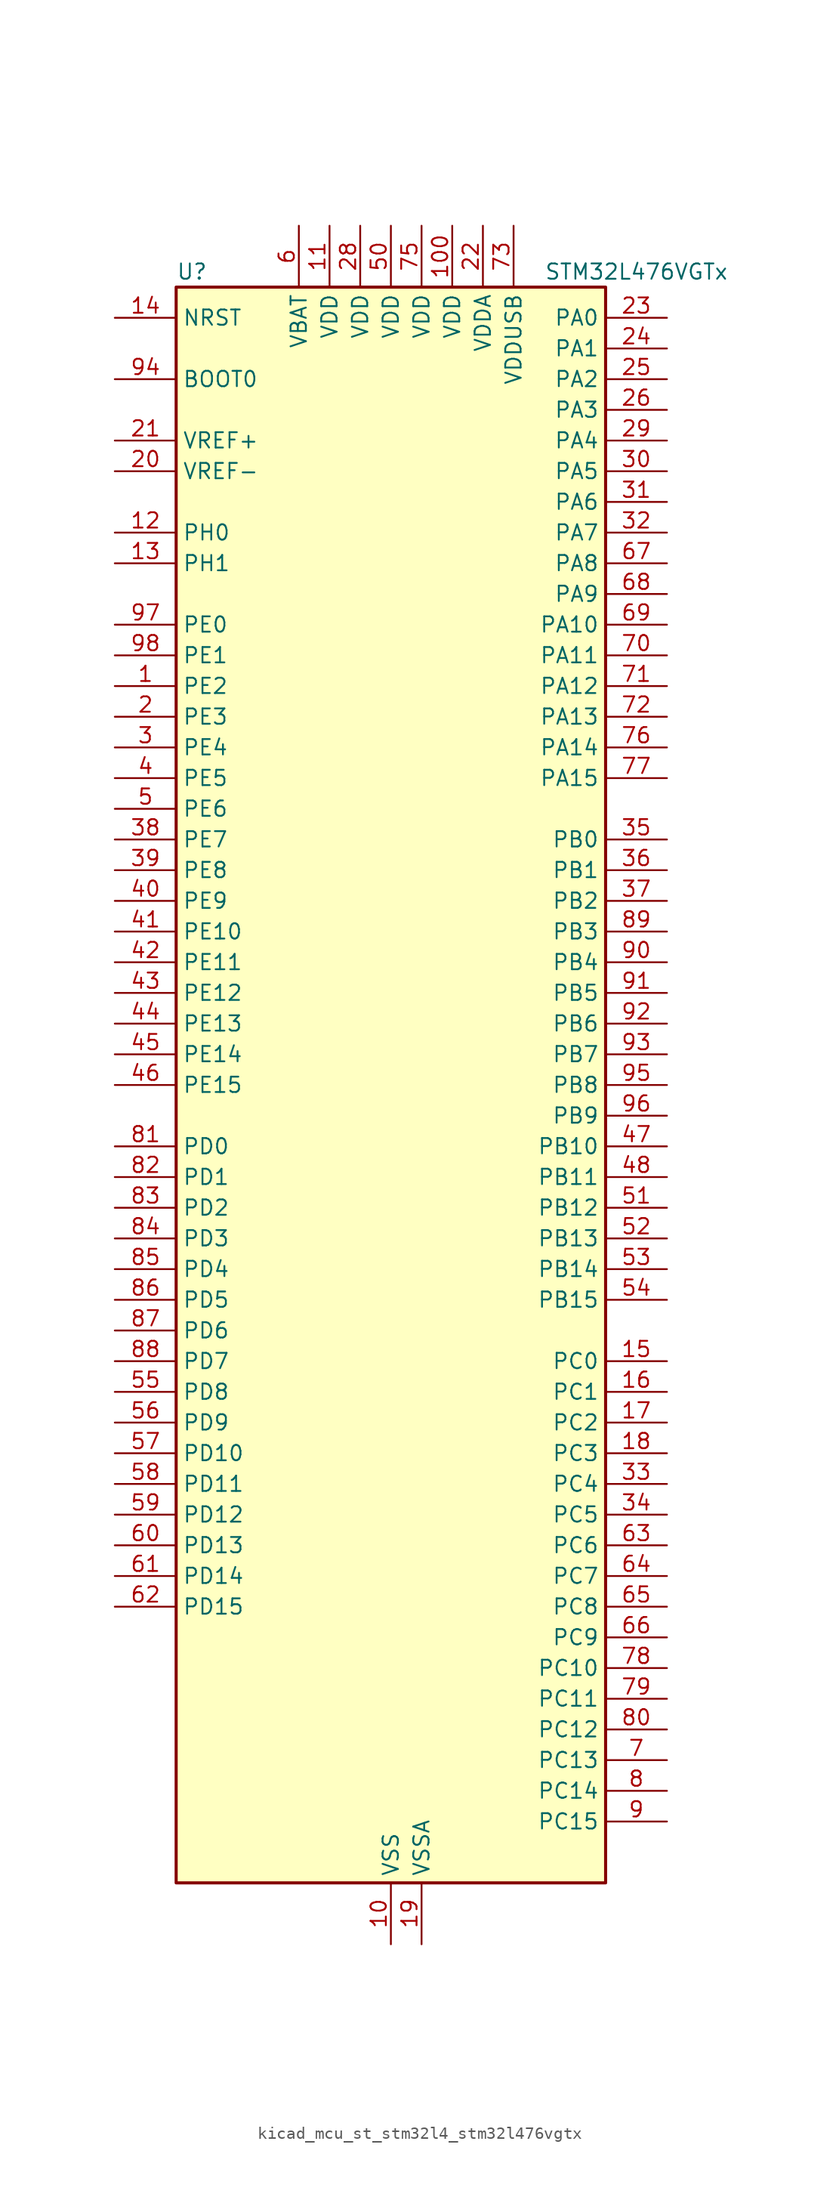
<source format=kicad_sym>
(kicad_symbol_lib
  (version 20220914)
  (generator kicad_symbol_editor)
  (symbol "kicad_mcu_st_stm32l4_stm32l476vgtx"
    (property "Reference" "U"
      (at -17.78 67.31 0)
      (effects (font (size 1.27 1.27)) (justify left)))
    (property "Value" "STM32L476VGTx"
      (at 12.7 67.31 0)
      (effects (font (size 1.27 1.27)) (justify left)))
    (property "ki_locked" ""
      (at 0 0 0)
      (effects (font (size 1.27 1.27))))
    (symbol "kicad_mcu_st_stm32l4_stm32l476vgtx_0_1"
      (rectangle (start -17.78 -66.04) (end 17.78 66.04) (stroke (width 0.254) (type default)) (fill (type background))))
    (symbol "kicad_mcu_st_stm32l4_stm32l476vgtx_1_1"
      (pin bidirectional line (at -22.86 33.02 0) (length 5.08) (name "PE2" (effects (font (size 1.27 1.27)))) (number "1" (effects (font (size 1.27 1.27)))) (alternate "FMC_A23" bidirectional line) (alternate "LCD_SEG38" bidirectional line) (alternate "SAI1_MCLK_A" bidirectional line) (alternate "SYS_TRACECLK" bidirectional line) (alternate "TIM3_ETR" bidirectional line) (alternate "TSC_G7_IO1" bidirectional line))
      (pin power_in line (at 0 -71.12 90) (length 5.08) (name "VSS" (effects (font (size 1.27 1.27)))) (number "10" (effects (font (size 1.27 1.27)))))
      (pin power_in line (at 5.08 71.12 270) (length 5.08) (name "VDD" (effects (font (size 1.27 1.27)))) (number "100" (effects (font (size 1.27 1.27)))))
      (pin power_in line (at -5.08 71.12 270) (length 5.08) (name "VDD" (effects (font (size 1.27 1.27)))) (number "11" (effects (font (size 1.27 1.27)))))
      (pin bidirectional line (at -22.86 45.72 0) (length 5.08) (name "PH0" (effects (font (size 1.27 1.27)))) (number "12" (effects (font (size 1.27 1.27)))) (alternate "RCC_OSC_IN" bidirectional line))
      (pin bidirectional line (at -22.86 43.18 0) (length 5.08) (name "PH1" (effects (font (size 1.27 1.27)))) (number "13" (effects (font (size 1.27 1.27)))) (alternate "RCC_OSC_OUT" bidirectional line))
      (pin input line (at -22.86 63.5 0) (length 5.08) (name "NRST" (effects (font (size 1.27 1.27)))) (number "14" (effects (font (size 1.27 1.27)))))
      (pin bidirectional line (at 22.86 -22.86 180) (length 5.08) (name "PC0" (effects (font (size 1.27 1.27)))) (number "15" (effects (font (size 1.27 1.27)))) (alternate "ADC1_IN1" bidirectional line) (alternate "ADC2_IN1" bidirectional line) (alternate "ADC3_IN1" bidirectional line) (alternate "DFSDM1_DATIN4" bidirectional line) (alternate "I2C3_SCL" bidirectional line) (alternate "LCD_SEG18" bidirectional line) (alternate "LPTIM1_IN1" bidirectional line) (alternate "LPTIM2_IN1" bidirectional line) (alternate "LPUART1_RX" bidirectional line))
      (pin bidirectional line (at 22.86 -25.4 180) (length 5.08) (name "PC1" (effects (font (size 1.27 1.27)))) (number "16" (effects (font (size 1.27 1.27)))) (alternate "ADC1_IN2" bidirectional line) (alternate "ADC2_IN2" bidirectional line) (alternate "ADC3_IN2" bidirectional line) (alternate "DFSDM1_CKIN4" bidirectional line) (alternate "I2C3_SDA" bidirectional line) (alternate "LCD_SEG19" bidirectional line) (alternate "LPTIM1_OUT" bidirectional line) (alternate "LPUART1_TX" bidirectional line))
      (pin bidirectional line (at 22.86 -27.94 180) (length 5.08) (name "PC2" (effects (font (size 1.27 1.27)))) (number "17" (effects (font (size 1.27 1.27)))) (alternate "ADC1_IN3" bidirectional line) (alternate "ADC2_IN3" bidirectional line) (alternate "ADC3_IN3" bidirectional line) (alternate "DFSDM1_CKOUT" bidirectional line) (alternate "LCD_SEG20" bidirectional line) (alternate "LPTIM1_IN2" bidirectional line) (alternate "SPI2_MISO" bidirectional line))
      (pin bidirectional line (at 22.86 -30.48 180) (length 5.08) (name "PC3" (effects (font (size 1.27 1.27)))) (number "18" (effects (font (size 1.27 1.27)))) (alternate "ADC1_IN4" bidirectional line) (alternate "ADC2_IN4" bidirectional line) (alternate "ADC3_IN4" bidirectional line) (alternate "LCD_VLCD" bidirectional line) (alternate "LPTIM1_ETR" bidirectional line) (alternate "LPTIM2_ETR" bidirectional line) (alternate "SAI1_SD_A" bidirectional line) (alternate "SPI2_MOSI" bidirectional line))
      (pin power_in line (at 2.54 -71.12 90) (length 5.08) (name "VSSA" (effects (font (size 1.27 1.27)))) (number "19" (effects (font (size 1.27 1.27)))))
      (pin bidirectional line (at -22.86 30.48 0) (length 5.08) (name "PE3" (effects (font (size 1.27 1.27)))) (number "2" (effects (font (size 1.27 1.27)))) (alternate "FMC_A19" bidirectional line) (alternate "LCD_SEG39" bidirectional line) (alternate "SAI1_SD_B" bidirectional line) (alternate "SYS_TRACED0" bidirectional line) (alternate "TIM3_CH1" bidirectional line) (alternate "TSC_G7_IO2" bidirectional line))
      (pin input line (at -22.86 50.8 0) (length 5.08) (name "VREF-" (effects (font (size 1.27 1.27)))) (number "20" (effects (font (size 1.27 1.27)))))
      (pin input line (at -22.86 53.34 0) (length 5.08) (name "VREF+" (effects (font (size 1.27 1.27)))) (number "21" (effects (font (size 1.27 1.27)))) (alternate "VREFBUF_OUT" bidirectional line))
      (pin power_in line (at 7.62 71.12 270) (length 5.08) (name "VDDA" (effects (font (size 1.27 1.27)))) (number "22" (effects (font (size 1.27 1.27)))))
      (pin bidirectional line (at 22.86 63.5 180) (length 5.08) (name "PA0" (effects (font (size 1.27 1.27)))) (number "23" (effects (font (size 1.27 1.27)))) (alternate "ADC1_IN5" bidirectional line) (alternate "ADC2_IN5" bidirectional line) (alternate "OPAMP1_VINP" bidirectional line) (alternate "RTC_TAMP2" bidirectional line) (alternate "SAI1_EXTCLK" bidirectional line) (alternate "SYS_WKUP1" bidirectional line) (alternate "TIM2_CH1" bidirectional line) (alternate "TIM2_ETR" bidirectional line) (alternate "TIM5_CH1" bidirectional line) (alternate "TIM8_ETR" bidirectional line) (alternate "UART4_TX" bidirectional line) (alternate "USART2_CTS" bidirectional line))
      (pin bidirectional line (at 22.86 60.96 180) (length 5.08) (name "PA1" (effects (font (size 1.27 1.27)))) (number "24" (effects (font (size 1.27 1.27)))) (alternate "ADC1_IN6" bidirectional line) (alternate "ADC2_IN6" bidirectional line) (alternate "LCD_SEG0" bidirectional line) (alternate "OPAMP1_VINM" bidirectional line) (alternate "TIM15_CH1N" bidirectional line) (alternate "TIM2_CH2" bidirectional line) (alternate "TIM5_CH2" bidirectional line) (alternate "UART4_RX" bidirectional line) (alternate "USART2_DE" bidirectional line) (alternate "USART2_RTS" bidirectional line))
      (pin bidirectional line (at 22.86 58.42 180) (length 5.08) (name "PA2" (effects (font (size 1.27 1.27)))) (number "25" (effects (font (size 1.27 1.27)))) (alternate "ADC1_IN7" bidirectional line) (alternate "ADC2_IN7" bidirectional line) (alternate "LCD_SEG1" bidirectional line) (alternate "RCC_LSCO" bidirectional line) (alternate "SAI2_EXTCLK" bidirectional line) (alternate "SYS_WKUP4" bidirectional line) (alternate "TIM15_CH1" bidirectional line) (alternate "TIM2_CH3" bidirectional line) (alternate "TIM5_CH3" bidirectional line) (alternate "USART2_TX" bidirectional line))
      (pin bidirectional line (at 22.86 55.88 180) (length 5.08) (name "PA3" (effects (font (size 1.27 1.27)))) (number "26" (effects (font (size 1.27 1.27)))) (alternate "ADC1_IN8" bidirectional line) (alternate "ADC2_IN8" bidirectional line) (alternate "LCD_SEG2" bidirectional line) (alternate "OPAMP1_VOUT" bidirectional line) (alternate "TIM15_CH2" bidirectional line) (alternate "TIM2_CH4" bidirectional line) (alternate "TIM5_CH4" bidirectional line) (alternate "USART2_RX" bidirectional line))
      (pin passive line (at 0 -71.12 90) (length 5.08) hide (name "VSS" (effects (font (size 1.27 1.27)))) (number "27" (effects (font (size 1.27 1.27)))))
      (pin power_in line (at -2.54 71.12 270) (length 5.08) (name "VDD" (effects (font (size 1.27 1.27)))) (number "28" (effects (font (size 1.27 1.27)))))
      (pin bidirectional line (at 22.86 53.34 180) (length 5.08) (name "PA4" (effects (font (size 1.27 1.27)))) (number "29" (effects (font (size 1.27 1.27)))) (alternate "ADC1_IN9" bidirectional line) (alternate "ADC2_IN9" bidirectional line) (alternate "DAC1_OUT1" bidirectional line) (alternate "LPTIM2_OUT" bidirectional line) (alternate "SAI1_FS_B" bidirectional line) (alternate "SPI1_NSS" bidirectional line) (alternate "SPI3_NSS" bidirectional line) (alternate "USART2_CK" bidirectional line))
      (pin bidirectional line (at -22.86 27.94 0) (length 5.08) (name "PE4" (effects (font (size 1.27 1.27)))) (number "3" (effects (font (size 1.27 1.27)))) (alternate "DFSDM1_DATIN3" bidirectional line) (alternate "FMC_A20" bidirectional line) (alternate "SAI1_FS_A" bidirectional line) (alternate "SYS_TRACED1" bidirectional line) (alternate "TIM3_CH2" bidirectional line) (alternate "TSC_G7_IO3" bidirectional line))
      (pin bidirectional line (at 22.86 50.8 180) (length 5.08) (name "PA5" (effects (font (size 1.27 1.27)))) (number "30" (effects (font (size 1.27 1.27)))) (alternate "ADC1_IN10" bidirectional line) (alternate "ADC2_IN10" bidirectional line) (alternate "DAC1_OUT2" bidirectional line) (alternate "LPTIM2_ETR" bidirectional line) (alternate "SPI1_SCK" bidirectional line) (alternate "TIM2_CH1" bidirectional line) (alternate "TIM2_ETR" bidirectional line) (alternate "TIM8_CH1N" bidirectional line))
      (pin bidirectional line (at 22.86 48.26 180) (length 5.08) (name "PA6" (effects (font (size 1.27 1.27)))) (number "31" (effects (font (size 1.27 1.27)))) (alternate "ADC1_IN11" bidirectional line) (alternate "ADC2_IN11" bidirectional line) (alternate "LCD_SEG3" bidirectional line) (alternate "OPAMP2_VINP" bidirectional line) (alternate "QUADSPI_BK1_IO3" bidirectional line) (alternate "SPI1_MISO" bidirectional line) (alternate "TIM16_CH1" bidirectional line) (alternate "TIM1_BKIN" bidirectional line) (alternate "TIM1_BKIN_COMP2" bidirectional line) (alternate "TIM3_CH1" bidirectional line) (alternate "TIM8_BKIN" bidirectional line) (alternate "TIM8_BKIN_COMP2" bidirectional line) (alternate "USART3_CTS" bidirectional line))
      (pin bidirectional line (at 22.86 45.72 180) (length 5.08) (name "PA7" (effects (font (size 1.27 1.27)))) (number "32" (effects (font (size 1.27 1.27)))) (alternate "ADC1_IN12" bidirectional line) (alternate "ADC2_IN12" bidirectional line) (alternate "LCD_SEG4" bidirectional line) (alternate "OPAMP2_VINM" bidirectional line) (alternate "QUADSPI_BK1_IO2" bidirectional line) (alternate "SPI1_MOSI" bidirectional line) (alternate "TIM17_CH1" bidirectional line) (alternate "TIM1_CH1N" bidirectional line) (alternate "TIM3_CH2" bidirectional line) (alternate "TIM8_CH1N" bidirectional line))
      (pin bidirectional line (at 22.86 -33.02 180) (length 5.08) (name "PC4" (effects (font (size 1.27 1.27)))) (number "33" (effects (font (size 1.27 1.27)))) (alternate "ADC1_IN13" bidirectional line) (alternate "ADC2_IN13" bidirectional line) (alternate "COMP1_INM" bidirectional line) (alternate "LCD_SEG22" bidirectional line) (alternate "USART3_TX" bidirectional line))
      (pin bidirectional line (at 22.86 -35.56 180) (length 5.08) (name "PC5" (effects (font (size 1.27 1.27)))) (number "34" (effects (font (size 1.27 1.27)))) (alternate "ADC1_IN14" bidirectional line) (alternate "ADC2_IN14" bidirectional line) (alternate "COMP1_INP" bidirectional line) (alternate "LCD_SEG23" bidirectional line) (alternate "SYS_WKUP5" bidirectional line) (alternate "USART3_RX" bidirectional line))
      (pin bidirectional line (at 22.86 20.32 180) (length 5.08) (name "PB0" (effects (font (size 1.27 1.27)))) (number "35" (effects (font (size 1.27 1.27)))) (alternate "ADC1_IN15" bidirectional line) (alternate "ADC2_IN15" bidirectional line) (alternate "COMP1_OUT" bidirectional line) (alternate "LCD_SEG5" bidirectional line) (alternate "OPAMP2_VOUT" bidirectional line) (alternate "QUADSPI_BK1_IO1" bidirectional line) (alternate "TIM1_CH2N" bidirectional line) (alternate "TIM3_CH3" bidirectional line) (alternate "TIM8_CH2N" bidirectional line) (alternate "USART3_CK" bidirectional line))
      (pin bidirectional line (at 22.86 17.78 180) (length 5.08) (name "PB1" (effects (font (size 1.27 1.27)))) (number "36" (effects (font (size 1.27 1.27)))) (alternate "ADC1_IN16" bidirectional line) (alternate "ADC2_IN16" bidirectional line) (alternate "COMP1_INM" bidirectional line) (alternate "DFSDM1_DATIN0" bidirectional line) (alternate "LCD_SEG6" bidirectional line) (alternate "LPTIM2_IN1" bidirectional line) (alternate "QUADSPI_BK1_IO0" bidirectional line) (alternate "TIM1_CH3N" bidirectional line) (alternate "TIM3_CH4" bidirectional line) (alternate "TIM8_CH3N" bidirectional line) (alternate "USART3_DE" bidirectional line) (alternate "USART3_RTS" bidirectional line))
      (pin bidirectional line (at 22.86 15.24 180) (length 5.08) (name "PB2" (effects (font (size 1.27 1.27)))) (number "37" (effects (font (size 1.27 1.27)))) (alternate "COMP1_INP" bidirectional line) (alternate "DFSDM1_CKIN0" bidirectional line) (alternate "I2C3_SMBA" bidirectional line) (alternate "LPTIM1_OUT" bidirectional line) (alternate "RTC_OUT_ALARM" bidirectional line) (alternate "RTC_OUT_CALIB" bidirectional line))
      (pin bidirectional line (at -22.86 20.32 0) (length 5.08) (name "PE7" (effects (font (size 1.27 1.27)))) (number "38" (effects (font (size 1.27 1.27)))) (alternate "DFSDM1_DATIN2" bidirectional line) (alternate "FMC_D4" bidirectional line) (alternate "FMC_DA4" bidirectional line) (alternate "SAI1_SD_B" bidirectional line) (alternate "TIM1_ETR" bidirectional line))
      (pin bidirectional line (at -22.86 17.78 0) (length 5.08) (name "PE8" (effects (font (size 1.27 1.27)))) (number "39" (effects (font (size 1.27 1.27)))) (alternate "DFSDM1_CKIN2" bidirectional line) (alternate "FMC_D5" bidirectional line) (alternate "FMC_DA5" bidirectional line) (alternate "SAI1_SCK_B" bidirectional line) (alternate "TIM1_CH1N" bidirectional line))
      (pin bidirectional line (at -22.86 25.4 0) (length 5.08) (name "PE5" (effects (font (size 1.27 1.27)))) (number "4" (effects (font (size 1.27 1.27)))) (alternate "DFSDM1_CKIN3" bidirectional line) (alternate "FMC_A21" bidirectional line) (alternate "SAI1_SCK_A" bidirectional line) (alternate "SYS_TRACED2" bidirectional line) (alternate "TIM3_CH3" bidirectional line) (alternate "TSC_G7_IO4" bidirectional line))
      (pin bidirectional line (at -22.86 15.24 0) (length 5.08) (name "PE9" (effects (font (size 1.27 1.27)))) (number "40" (effects (font (size 1.27 1.27)))) (alternate "DAC1_EXTI9" bidirectional line) (alternate "DFSDM1_CKOUT" bidirectional line) (alternate "FMC_D6" bidirectional line) (alternate "FMC_DA6" bidirectional line) (alternate "SAI1_FS_B" bidirectional line) (alternate "TIM1_CH1" bidirectional line))
      (pin bidirectional line (at -22.86 12.7 0) (length 5.08) (name "PE10" (effects (font (size 1.27 1.27)))) (number "41" (effects (font (size 1.27 1.27)))) (alternate "DFSDM1_DATIN4" bidirectional line) (alternate "FMC_D7" bidirectional line) (alternate "FMC_DA7" bidirectional line) (alternate "QUADSPI_CLK" bidirectional line) (alternate "SAI1_MCLK_B" bidirectional line) (alternate "TIM1_CH2N" bidirectional line) (alternate "TSC_G5_IO1" bidirectional line))
      (pin bidirectional line (at -22.86 10.16 0) (length 5.08) (name "PE11" (effects (font (size 1.27 1.27)))) (number "42" (effects (font (size 1.27 1.27)))) (alternate "ADC1_EXTI11" bidirectional line) (alternate "ADC2_EXTI11" bidirectional line) (alternate "ADC3_EXTI11" bidirectional line) (alternate "DFSDM1_CKIN4" bidirectional line) (alternate "FMC_D8" bidirectional line) (alternate "FMC_DA8" bidirectional line) (alternate "QUADSPI_NCS" bidirectional line) (alternate "TIM1_CH2" bidirectional line) (alternate "TSC_G5_IO2" bidirectional line))
      (pin bidirectional line (at -22.86 7.62 0) (length 5.08) (name "PE12" (effects (font (size 1.27 1.27)))) (number "43" (effects (font (size 1.27 1.27)))) (alternate "DFSDM1_DATIN5" bidirectional line) (alternate "FMC_D9" bidirectional line) (alternate "FMC_DA9" bidirectional line) (alternate "QUADSPI_BK1_IO0" bidirectional line) (alternate "SPI1_NSS" bidirectional line) (alternate "TIM1_CH3N" bidirectional line) (alternate "TSC_G5_IO3" bidirectional line))
      (pin bidirectional line (at -22.86 5.08 0) (length 5.08) (name "PE13" (effects (font (size 1.27 1.27)))) (number "44" (effects (font (size 1.27 1.27)))) (alternate "DFSDM1_CKIN5" bidirectional line) (alternate "FMC_D10" bidirectional line) (alternate "FMC_DA10" bidirectional line) (alternate "QUADSPI_BK1_IO1" bidirectional line) (alternate "SPI1_SCK" bidirectional line) (alternate "TIM1_CH3" bidirectional line) (alternate "TSC_G5_IO4" bidirectional line))
      (pin bidirectional line (at -22.86 2.54 0) (length 5.08) (name "PE14" (effects (font (size 1.27 1.27)))) (number "45" (effects (font (size 1.27 1.27)))) (alternate "FMC_D11" bidirectional line) (alternate "FMC_DA11" bidirectional line) (alternate "QUADSPI_BK1_IO2" bidirectional line) (alternate "SPI1_MISO" bidirectional line) (alternate "TIM1_BKIN2" bidirectional line) (alternate "TIM1_BKIN2_COMP2" bidirectional line) (alternate "TIM1_CH4" bidirectional line))
      (pin bidirectional line (at -22.86 0 0) (length 5.08) (name "PE15" (effects (font (size 1.27 1.27)))) (number "46" (effects (font (size 1.27 1.27)))) (alternate "ADC1_EXTI15" bidirectional line) (alternate "ADC2_EXTI15" bidirectional line) (alternate "ADC3_EXTI15" bidirectional line) (alternate "FMC_D12" bidirectional line) (alternate "FMC_DA12" bidirectional line) (alternate "QUADSPI_BK1_IO3" bidirectional line) (alternate "SPI1_MOSI" bidirectional line) (alternate "TIM1_BKIN" bidirectional line) (alternate "TIM1_BKIN_COMP1" bidirectional line))
      (pin bidirectional line (at 22.86 -5.08 180) (length 5.08) (name "PB10" (effects (font (size 1.27 1.27)))) (number "47" (effects (font (size 1.27 1.27)))) (alternate "COMP1_OUT" bidirectional line) (alternate "DFSDM1_DATIN7" bidirectional line) (alternate "I2C2_SCL" bidirectional line) (alternate "LCD_SEG10" bidirectional line) (alternate "LPUART1_RX" bidirectional line) (alternate "QUADSPI_CLK" bidirectional line) (alternate "SAI1_SCK_A" bidirectional line) (alternate "SPI2_SCK" bidirectional line) (alternate "TIM2_CH3" bidirectional line) (alternate "USART3_TX" bidirectional line))
      (pin bidirectional line (at 22.86 -7.62 180) (length 5.08) (name "PB11" (effects (font (size 1.27 1.27)))) (number "48" (effects (font (size 1.27 1.27)))) (alternate "ADC1_EXTI11" bidirectional line) (alternate "ADC2_EXTI11" bidirectional line) (alternate "ADC3_EXTI11" bidirectional line) (alternate "COMP2_OUT" bidirectional line) (alternate "DFSDM1_CKIN7" bidirectional line) (alternate "I2C2_SDA" bidirectional line) (alternate "LCD_SEG11" bidirectional line) (alternate "LPUART1_TX" bidirectional line) (alternate "QUADSPI_NCS" bidirectional line) (alternate "TIM2_CH4" bidirectional line) (alternate "USART3_RX" bidirectional line))
      (pin passive line (at 0 -71.12 90) (length 5.08) hide (name "VSS" (effects (font (size 1.27 1.27)))) (number "49" (effects (font (size 1.27 1.27)))))
      (pin bidirectional line (at -22.86 22.86 0) (length 5.08) (name "PE6" (effects (font (size 1.27 1.27)))) (number "5" (effects (font (size 1.27 1.27)))) (alternate "FMC_A22" bidirectional line) (alternate "RTC_TAMP3" bidirectional line) (alternate "SAI1_SD_A" bidirectional line) (alternate "SYS_TRACED3" bidirectional line) (alternate "SYS_WKUP3" bidirectional line) (alternate "TIM3_CH4" bidirectional line))
      (pin power_in line (at 0 71.12 270) (length 5.08) (name "VDD" (effects (font (size 1.27 1.27)))) (number "50" (effects (font (size 1.27 1.27)))))
      (pin bidirectional line (at 22.86 -10.16 180) (length 5.08) (name "PB12" (effects (font (size 1.27 1.27)))) (number "51" (effects (font (size 1.27 1.27)))) (alternate "DFSDM1_DATIN1" bidirectional line) (alternate "I2C2_SMBA" bidirectional line) (alternate "LCD_SEG12" bidirectional line) (alternate "LPUART1_DE" bidirectional line) (alternate "LPUART1_RTS" bidirectional line) (alternate "SAI2_FS_A" bidirectional line) (alternate "SPI2_NSS" bidirectional line) (alternate "SWPMI1_IO" bidirectional line) (alternate "TIM15_BKIN" bidirectional line) (alternate "TIM1_BKIN" bidirectional line) (alternate "TIM1_BKIN_COMP2" bidirectional line) (alternate "TSC_G1_IO1" bidirectional line) (alternate "USART3_CK" bidirectional line))
      (pin bidirectional line (at 22.86 -12.7 180) (length 5.08) (name "PB13" (effects (font (size 1.27 1.27)))) (number "52" (effects (font (size 1.27 1.27)))) (alternate "DFSDM1_CKIN1" bidirectional line) (alternate "I2C2_SCL" bidirectional line) (alternate "LCD_SEG13" bidirectional line) (alternate "LPUART1_CTS" bidirectional line) (alternate "SAI2_SCK_A" bidirectional line) (alternate "SPI2_SCK" bidirectional line) (alternate "SWPMI1_TX" bidirectional line) (alternate "TIM15_CH1N" bidirectional line) (alternate "TIM1_CH1N" bidirectional line) (alternate "TSC_G1_IO2" bidirectional line) (alternate "USART3_CTS" bidirectional line))
      (pin bidirectional line (at 22.86 -15.24 180) (length 5.08) (name "PB14" (effects (font (size 1.27 1.27)))) (number "53" (effects (font (size 1.27 1.27)))) (alternate "DFSDM1_DATIN2" bidirectional line) (alternate "I2C2_SDA" bidirectional line) (alternate "LCD_SEG14" bidirectional line) (alternate "SAI2_MCLK_A" bidirectional line) (alternate "SPI2_MISO" bidirectional line) (alternate "SWPMI1_RX" bidirectional line) (alternate "TIM15_CH1" bidirectional line) (alternate "TIM1_CH2N" bidirectional line) (alternate "TIM8_CH2N" bidirectional line) (alternate "TSC_G1_IO3" bidirectional line) (alternate "USART3_DE" bidirectional line) (alternate "USART3_RTS" bidirectional line))
      (pin bidirectional line (at 22.86 -17.78 180) (length 5.08) (name "PB15" (effects (font (size 1.27 1.27)))) (number "54" (effects (font (size 1.27 1.27)))) (alternate "ADC1_EXTI15" bidirectional line) (alternate "ADC2_EXTI15" bidirectional line) (alternate "ADC3_EXTI15" bidirectional line) (alternate "DFSDM1_CKIN2" bidirectional line) (alternate "LCD_SEG15" bidirectional line) (alternate "RTC_REFIN" bidirectional line) (alternate "SAI2_SD_A" bidirectional line) (alternate "SPI2_MOSI" bidirectional line) (alternate "SWPMI1_SUSPEND" bidirectional line) (alternate "TIM15_CH2" bidirectional line) (alternate "TIM1_CH3N" bidirectional line) (alternate "TIM8_CH3N" bidirectional line) (alternate "TSC_G1_IO4" bidirectional line))
      (pin bidirectional line (at -22.86 -25.4 0) (length 5.08) (name "PD8" (effects (font (size 1.27 1.27)))) (number "55" (effects (font (size 1.27 1.27)))) (alternate "FMC_D13" bidirectional line) (alternate "FMC_DA13" bidirectional line) (alternate "LCD_SEG28" bidirectional line) (alternate "USART3_TX" bidirectional line))
      (pin bidirectional line (at -22.86 -27.94 0) (length 5.08) (name "PD9" (effects (font (size 1.27 1.27)))) (number "56" (effects (font (size 1.27 1.27)))) (alternate "DAC1_EXTI9" bidirectional line) (alternate "FMC_D14" bidirectional line) (alternate "FMC_DA14" bidirectional line) (alternate "LCD_SEG29" bidirectional line) (alternate "SAI2_MCLK_A" bidirectional line) (alternate "USART3_RX" bidirectional line))
      (pin bidirectional line (at -22.86 -30.48 0) (length 5.08) (name "PD10" (effects (font (size 1.27 1.27)))) (number "57" (effects (font (size 1.27 1.27)))) (alternate "FMC_D15" bidirectional line) (alternate "FMC_DA15" bidirectional line) (alternate "LCD_SEG30" bidirectional line) (alternate "SAI2_SCK_A" bidirectional line) (alternate "TSC_G6_IO1" bidirectional line) (alternate "USART3_CK" bidirectional line))
      (pin bidirectional line (at -22.86 -33.02 0) (length 5.08) (name "PD11" (effects (font (size 1.27 1.27)))) (number "58" (effects (font (size 1.27 1.27)))) (alternate "ADC1_EXTI11" bidirectional line) (alternate "ADC2_EXTI11" bidirectional line) (alternate "ADC3_EXTI11" bidirectional line) (alternate "FMC_A16" bidirectional line) (alternate "FMC_CLE" bidirectional line) (alternate "LCD_SEG31" bidirectional line) (alternate "LPTIM2_ETR" bidirectional line) (alternate "SAI2_SD_A" bidirectional line) (alternate "TSC_G6_IO2" bidirectional line) (alternate "USART3_CTS" bidirectional line))
      (pin bidirectional line (at -22.86 -35.56 0) (length 5.08) (name "PD12" (effects (font (size 1.27 1.27)))) (number "59" (effects (font (size 1.27 1.27)))) (alternate "FMC_A17" bidirectional line) (alternate "FMC_ALE" bidirectional line) (alternate "LCD_SEG32" bidirectional line) (alternate "LPTIM2_IN1" bidirectional line) (alternate "SAI2_FS_A" bidirectional line) (alternate "TIM4_CH1" bidirectional line) (alternate "TSC_G6_IO3" bidirectional line) (alternate "USART3_DE" bidirectional line) (alternate "USART3_RTS" bidirectional line))
      (pin power_in line (at -7.62 71.12 270) (length 5.08) (name "VBAT" (effects (font (size 1.27 1.27)))) (number "6" (effects (font (size 1.27 1.27)))))
      (pin bidirectional line (at -22.86 -38.1 0) (length 5.08) (name "PD13" (effects (font (size 1.27 1.27)))) (number "60" (effects (font (size 1.27 1.27)))) (alternate "FMC_A18" bidirectional line) (alternate "LCD_SEG33" bidirectional line) (alternate "LPTIM2_OUT" bidirectional line) (alternate "TIM4_CH2" bidirectional line) (alternate "TSC_G6_IO4" bidirectional line))
      (pin bidirectional line (at -22.86 -40.64 0) (length 5.08) (name "PD14" (effects (font (size 1.27 1.27)))) (number "61" (effects (font (size 1.27 1.27)))) (alternate "FMC_D0" bidirectional line) (alternate "FMC_DA0" bidirectional line) (alternate "LCD_SEG34" bidirectional line) (alternate "TIM4_CH3" bidirectional line))
      (pin bidirectional line (at -22.86 -43.18 0) (length 5.08) (name "PD15" (effects (font (size 1.27 1.27)))) (number "62" (effects (font (size 1.27 1.27)))) (alternate "ADC1_EXTI15" bidirectional line) (alternate "ADC2_EXTI15" bidirectional line) (alternate "ADC3_EXTI15" bidirectional line) (alternate "FMC_D1" bidirectional line) (alternate "FMC_DA1" bidirectional line) (alternate "LCD_SEG35" bidirectional line) (alternate "TIM4_CH4" bidirectional line))
      (pin bidirectional line (at 22.86 -38.1 180) (length 5.08) (name "PC6" (effects (font (size 1.27 1.27)))) (number "63" (effects (font (size 1.27 1.27)))) (alternate "DFSDM1_CKIN3" bidirectional line) (alternate "LCD_SEG24" bidirectional line) (alternate "SAI2_MCLK_A" bidirectional line) (alternate "SDMMC1_D6" bidirectional line) (alternate "TIM3_CH1" bidirectional line) (alternate "TIM8_CH1" bidirectional line) (alternate "TSC_G4_IO1" bidirectional line))
      (pin bidirectional line (at 22.86 -40.64 180) (length 5.08) (name "PC7" (effects (font (size 1.27 1.27)))) (number "64" (effects (font (size 1.27 1.27)))) (alternate "DFSDM1_DATIN3" bidirectional line) (alternate "LCD_SEG25" bidirectional line) (alternate "SAI2_MCLK_B" bidirectional line) (alternate "SDMMC1_D7" bidirectional line) (alternate "TIM3_CH2" bidirectional line) (alternate "TIM8_CH2" bidirectional line) (alternate "TSC_G4_IO2" bidirectional line))
      (pin bidirectional line (at 22.86 -43.18 180) (length 5.08) (name "PC8" (effects (font (size 1.27 1.27)))) (number "65" (effects (font (size 1.27 1.27)))) (alternate "LCD_SEG26" bidirectional line) (alternate "SDMMC1_D0" bidirectional line) (alternate "TIM3_CH3" bidirectional line) (alternate "TIM8_CH3" bidirectional line) (alternate "TSC_G4_IO3" bidirectional line))
      (pin bidirectional line (at 22.86 -45.72 180) (length 5.08) (name "PC9" (effects (font (size 1.27 1.27)))) (number "66" (effects (font (size 1.27 1.27)))) (alternate "DAC1_EXTI9" bidirectional line) (alternate "LCD_SEG27" bidirectional line) (alternate "SAI2_EXTCLK" bidirectional line) (alternate "SDMMC1_D1" bidirectional line) (alternate "TIM3_CH4" bidirectional line) (alternate "TIM8_BKIN2" bidirectional line) (alternate "TIM8_BKIN2_COMP1" bidirectional line) (alternate "TIM8_CH4" bidirectional line) (alternate "TSC_G4_IO4" bidirectional line) (alternate "USB_OTG_FS_NOE" bidirectional line))
      (pin bidirectional line (at 22.86 43.18 180) (length 5.08) (name "PA8" (effects (font (size 1.27 1.27)))) (number "67" (effects (font (size 1.27 1.27)))) (alternate "LCD_COM0" bidirectional line) (alternate "LPTIM2_OUT" bidirectional line) (alternate "RCC_MCO" bidirectional line) (alternate "TIM1_CH1" bidirectional line) (alternate "USART1_CK" bidirectional line) (alternate "USB_OTG_FS_SOF" bidirectional line))
      (pin bidirectional line (at 22.86 40.64 180) (length 5.08) (name "PA9" (effects (font (size 1.27 1.27)))) (number "68" (effects (font (size 1.27 1.27)))) (alternate "DAC1_EXTI9" bidirectional line) (alternate "LCD_COM1" bidirectional line) (alternate "TIM15_BKIN" bidirectional line) (alternate "TIM1_CH2" bidirectional line) (alternate "USART1_TX" bidirectional line) (alternate "USB_OTG_FS_VBUS" bidirectional line))
      (pin bidirectional line (at 22.86 38.1 180) (length 5.08) (name "PA10" (effects (font (size 1.27 1.27)))) (number "69" (effects (font (size 1.27 1.27)))) (alternate "LCD_COM2" bidirectional line) (alternate "TIM17_BKIN" bidirectional line) (alternate "TIM1_CH3" bidirectional line) (alternate "USART1_RX" bidirectional line) (alternate "USB_OTG_FS_ID" bidirectional line))
      (pin bidirectional line (at 22.86 -55.88 180) (length 5.08) (name "PC13" (effects (font (size 1.27 1.27)))) (number "7" (effects (font (size 1.27 1.27)))) (alternate "RTC_OUT_ALARM" bidirectional line) (alternate "RTC_OUT_CALIB" bidirectional line) (alternate "RTC_TAMP1" bidirectional line) (alternate "RTC_TS" bidirectional line) (alternate "SYS_WKUP2" bidirectional line))
      (pin bidirectional line (at 22.86 35.56 180) (length 5.08) (name "PA11" (effects (font (size 1.27 1.27)))) (number "70" (effects (font (size 1.27 1.27)))) (alternate "ADC1_EXTI11" bidirectional line) (alternate "ADC2_EXTI11" bidirectional line) (alternate "ADC3_EXTI11" bidirectional line) (alternate "CAN1_RX" bidirectional line) (alternate "TIM1_BKIN2" bidirectional line) (alternate "TIM1_BKIN2_COMP1" bidirectional line) (alternate "TIM1_CH4" bidirectional line) (alternate "USART1_CTS" bidirectional line) (alternate "USB_OTG_FS_DM" bidirectional line))
      (pin bidirectional line (at 22.86 33.02 180) (length 5.08) (name "PA12" (effects (font (size 1.27 1.27)))) (number "71" (effects (font (size 1.27 1.27)))) (alternate "CAN1_TX" bidirectional line) (alternate "TIM1_ETR" bidirectional line) (alternate "USART1_DE" bidirectional line) (alternate "USART1_RTS" bidirectional line) (alternate "USB_OTG_FS_DP" bidirectional line))
      (pin bidirectional line (at 22.86 30.48 180) (length 5.08) (name "PA13" (effects (font (size 1.27 1.27)))) (number "72" (effects (font (size 1.27 1.27)))) (alternate "IR_OUT" bidirectional line) (alternate "SYS_JTMS-SWDIO" bidirectional line) (alternate "USB_OTG_FS_NOE" bidirectional line))
      (pin power_in line (at 10.16 71.12 270) (length 5.08) (name "VDDUSB" (effects (font (size 1.27 1.27)))) (number "73" (effects (font (size 1.27 1.27)))))
      (pin passive line (at 0 -71.12 90) (length 5.08) hide (name "VSS" (effects (font (size 1.27 1.27)))) (number "74" (effects (font (size 1.27 1.27)))))
      (pin power_in line (at 2.54 71.12 270) (length 5.08) (name "VDD" (effects (font (size 1.27 1.27)))) (number "75" (effects (font (size 1.27 1.27)))))
      (pin bidirectional line (at 22.86 27.94 180) (length 5.08) (name "PA14" (effects (font (size 1.27 1.27)))) (number "76" (effects (font (size 1.27 1.27)))) (alternate "SYS_JTCK-SWCLK" bidirectional line))
      (pin bidirectional line (at 22.86 25.4 180) (length 5.08) (name "PA15" (effects (font (size 1.27 1.27)))) (number "77" (effects (font (size 1.27 1.27)))) (alternate "ADC1_EXTI15" bidirectional line) (alternate "ADC2_EXTI15" bidirectional line) (alternate "ADC3_EXTI15" bidirectional line) (alternate "LCD_SEG17" bidirectional line) (alternate "SAI2_FS_B" bidirectional line) (alternate "SPI1_NSS" bidirectional line) (alternate "SPI3_NSS" bidirectional line) (alternate "SYS_JTDI" bidirectional line) (alternate "TIM2_CH1" bidirectional line) (alternate "TIM2_ETR" bidirectional line) (alternate "TSC_G3_IO1" bidirectional line) (alternate "UART4_DE" bidirectional line) (alternate "UART4_RTS" bidirectional line))
      (pin bidirectional line (at 22.86 -48.26 180) (length 5.08) (name "PC10" (effects (font (size 1.27 1.27)))) (number "78" (effects (font (size 1.27 1.27)))) (alternate "LCD_COM4" bidirectional line) (alternate "LCD_SEG28" bidirectional line) (alternate "LCD_SEG40" bidirectional line) (alternate "SAI2_SCK_B" bidirectional line) (alternate "SDMMC1_D2" bidirectional line) (alternate "SPI3_SCK" bidirectional line) (alternate "TSC_G3_IO2" bidirectional line) (alternate "UART4_TX" bidirectional line) (alternate "USART3_TX" bidirectional line))
      (pin bidirectional line (at 22.86 -50.8 180) (length 5.08) (name "PC11" (effects (font (size 1.27 1.27)))) (number "79" (effects (font (size 1.27 1.27)))) (alternate "ADC1_EXTI11" bidirectional line) (alternate "ADC2_EXTI11" bidirectional line) (alternate "ADC3_EXTI11" bidirectional line) (alternate "LCD_COM5" bidirectional line) (alternate "LCD_SEG29" bidirectional line) (alternate "LCD_SEG41" bidirectional line) (alternate "SAI2_MCLK_B" bidirectional line) (alternate "SDMMC1_D3" bidirectional line) (alternate "SPI3_MISO" bidirectional line) (alternate "TSC_G3_IO3" bidirectional line) (alternate "UART4_RX" bidirectional line) (alternate "USART3_RX" bidirectional line))
      (pin bidirectional line (at 22.86 -58.42 180) (length 5.08) (name "PC14" (effects (font (size 1.27 1.27)))) (number "8" (effects (font (size 1.27 1.27)))) (alternate "RCC_OSC32_IN" bidirectional line))
      (pin bidirectional line (at 22.86 -53.34 180) (length 5.08) (name "PC12" (effects (font (size 1.27 1.27)))) (number "80" (effects (font (size 1.27 1.27)))) (alternate "LCD_COM6" bidirectional line) (alternate "LCD_SEG30" bidirectional line) (alternate "LCD_SEG42" bidirectional line) (alternate "SAI2_SD_B" bidirectional line) (alternate "SDMMC1_CK" bidirectional line) (alternate "SPI3_MOSI" bidirectional line) (alternate "TSC_G3_IO4" bidirectional line) (alternate "UART5_TX" bidirectional line) (alternate "USART3_CK" bidirectional line))
      (pin bidirectional line (at -22.86 -5.08 0) (length 5.08) (name "PD0" (effects (font (size 1.27 1.27)))) (number "81" (effects (font (size 1.27 1.27)))) (alternate "CAN1_RX" bidirectional line) (alternate "DFSDM1_DATIN7" bidirectional line) (alternate "FMC_D2" bidirectional line) (alternate "FMC_DA2" bidirectional line) (alternate "SPI2_NSS" bidirectional line))
      (pin bidirectional line (at -22.86 -7.62 0) (length 5.08) (name "PD1" (effects (font (size 1.27 1.27)))) (number "82" (effects (font (size 1.27 1.27)))) (alternate "CAN1_TX" bidirectional line) (alternate "DFSDM1_CKIN7" bidirectional line) (alternate "FMC_D3" bidirectional line) (alternate "FMC_DA3" bidirectional line) (alternate "SPI2_SCK" bidirectional line))
      (pin bidirectional line (at -22.86 -10.16 0) (length 5.08) (name "PD2" (effects (font (size 1.27 1.27)))) (number "83" (effects (font (size 1.27 1.27)))) (alternate "LCD_COM7" bidirectional line) (alternate "LCD_SEG31" bidirectional line) (alternate "LCD_SEG43" bidirectional line) (alternate "SDMMC1_CMD" bidirectional line) (alternate "TIM3_ETR" bidirectional line) (alternate "TSC_SYNC" bidirectional line) (alternate "UART5_RX" bidirectional line) (alternate "USART3_DE" bidirectional line) (alternate "USART3_RTS" bidirectional line))
      (pin bidirectional line (at -22.86 -12.7 0) (length 5.08) (name "PD3" (effects (font (size 1.27 1.27)))) (number "84" (effects (font (size 1.27 1.27)))) (alternate "DFSDM1_DATIN0" bidirectional line) (alternate "FMC_CLK" bidirectional line) (alternate "SPI2_MISO" bidirectional line) (alternate "USART2_CTS" bidirectional line))
      (pin bidirectional line (at -22.86 -15.24 0) (length 5.08) (name "PD4" (effects (font (size 1.27 1.27)))) (number "85" (effects (font (size 1.27 1.27)))) (alternate "DFSDM1_CKIN0" bidirectional line) (alternate "FMC_NOE" bidirectional line) (alternate "SPI2_MOSI" bidirectional line) (alternate "USART2_DE" bidirectional line) (alternate "USART2_RTS" bidirectional line))
      (pin bidirectional line (at -22.86 -17.78 0) (length 5.08) (name "PD5" (effects (font (size 1.27 1.27)))) (number "86" (effects (font (size 1.27 1.27)))) (alternate "FMC_NWE" bidirectional line) (alternate "USART2_TX" bidirectional line))
      (pin bidirectional line (at -22.86 -20.32 0) (length 5.08) (name "PD6" (effects (font (size 1.27 1.27)))) (number "87" (effects (font (size 1.27 1.27)))) (alternate "DFSDM1_DATIN1" bidirectional line) (alternate "FMC_NWAIT" bidirectional line) (alternate "SAI1_SD_A" bidirectional line) (alternate "USART2_RX" bidirectional line))
      (pin bidirectional line (at -22.86 -22.86 0) (length 5.08) (name "PD7" (effects (font (size 1.27 1.27)))) (number "88" (effects (font (size 1.27 1.27)))) (alternate "DFSDM1_CKIN1" bidirectional line) (alternate "FMC_NE1" bidirectional line) (alternate "USART2_CK" bidirectional line))
      (pin bidirectional line (at 22.86 12.7 180) (length 5.08) (name "PB3" (effects (font (size 1.27 1.27)))) (number "89" (effects (font (size 1.27 1.27)))) (alternate "COMP2_INM" bidirectional line) (alternate "LCD_SEG7" bidirectional line) (alternate "SAI1_SCK_B" bidirectional line) (alternate "SPI1_SCK" bidirectional line) (alternate "SPI3_SCK" bidirectional line) (alternate "SYS_JTDO-SWO" bidirectional line) (alternate "TIM2_CH2" bidirectional line) (alternate "USART1_DE" bidirectional line) (alternate "USART1_RTS" bidirectional line))
      (pin bidirectional line (at 22.86 -60.96 180) (length 5.08) (name "PC15" (effects (font (size 1.27 1.27)))) (number "9" (effects (font (size 1.27 1.27)))) (alternate "ADC1_EXTI15" bidirectional line) (alternate "ADC2_EXTI15" bidirectional line) (alternate "ADC3_EXTI15" bidirectional line) (alternate "RCC_OSC32_OUT" bidirectional line))
      (pin bidirectional line (at 22.86 10.16 180) (length 5.08) (name "PB4" (effects (font (size 1.27 1.27)))) (number "90" (effects (font (size 1.27 1.27)))) (alternate "COMP2_INP" bidirectional line) (alternate "LCD_SEG8" bidirectional line) (alternate "SAI1_MCLK_B" bidirectional line) (alternate "SPI1_MISO" bidirectional line) (alternate "SPI3_MISO" bidirectional line) (alternate "SYS_JTRST" bidirectional line) (alternate "TIM17_BKIN" bidirectional line) (alternate "TIM3_CH1" bidirectional line) (alternate "TSC_G2_IO1" bidirectional line) (alternate "UART5_DE" bidirectional line) (alternate "UART5_RTS" bidirectional line) (alternate "USART1_CTS" bidirectional line))
      (pin bidirectional line (at 22.86 7.62 180) (length 5.08) (name "PB5" (effects (font (size 1.27 1.27)))) (number "91" (effects (font (size 1.27 1.27)))) (alternate "COMP2_OUT" bidirectional line) (alternate "I2C1_SMBA" bidirectional line) (alternate "LCD_SEG9" bidirectional line) (alternate "LPTIM1_IN1" bidirectional line) (alternate "SAI1_SD_B" bidirectional line) (alternate "SPI1_MOSI" bidirectional line) (alternate "SPI3_MOSI" bidirectional line) (alternate "TIM16_BKIN" bidirectional line) (alternate "TIM3_CH2" bidirectional line) (alternate "TSC_G2_IO2" bidirectional line) (alternate "UART5_CTS" bidirectional line) (alternate "USART1_CK" bidirectional line))
      (pin bidirectional line (at 22.86 5.08 180) (length 5.08) (name "PB6" (effects (font (size 1.27 1.27)))) (number "92" (effects (font (size 1.27 1.27)))) (alternate "COMP2_INP" bidirectional line) (alternate "DFSDM1_DATIN5" bidirectional line) (alternate "I2C1_SCL" bidirectional line) (alternate "LPTIM1_ETR" bidirectional line) (alternate "SAI1_FS_B" bidirectional line) (alternate "TIM16_CH1N" bidirectional line) (alternate "TIM4_CH1" bidirectional line) (alternate "TIM8_BKIN2" bidirectional line) (alternate "TIM8_BKIN2_COMP2" bidirectional line) (alternate "TSC_G2_IO3" bidirectional line) (alternate "USART1_TX" bidirectional line))
      (pin bidirectional line (at 22.86 2.54 180) (length 5.08) (name "PB7" (effects (font (size 1.27 1.27)))) (number "93" (effects (font (size 1.27 1.27)))) (alternate "COMP2_INM" bidirectional line) (alternate "DFSDM1_CKIN5" bidirectional line) (alternate "FMC_NL" bidirectional line) (alternate "I2C1_SDA" bidirectional line) (alternate "LCD_SEG21" bidirectional line) (alternate "LPTIM1_IN2" bidirectional line) (alternate "SYS_PVD_IN" bidirectional line) (alternate "TIM17_CH1N" bidirectional line) (alternate "TIM4_CH2" bidirectional line) (alternate "TIM8_BKIN" bidirectional line) (alternate "TIM8_BKIN_COMP1" bidirectional line) (alternate "TSC_G2_IO4" bidirectional line) (alternate "UART4_CTS" bidirectional line) (alternate "USART1_RX" bidirectional line))
      (pin input line (at -22.86 58.42 0) (length 5.08) (name "BOOT0" (effects (font (size 1.27 1.27)))) (number "94" (effects (font (size 1.27 1.27)))))
      (pin bidirectional line (at 22.86 0 180) (length 5.08) (name "PB8" (effects (font (size 1.27 1.27)))) (number "95" (effects (font (size 1.27 1.27)))) (alternate "CAN1_RX" bidirectional line) (alternate "DFSDM1_DATIN6" bidirectional line) (alternate "I2C1_SCL" bidirectional line) (alternate "LCD_SEG16" bidirectional line) (alternate "SAI1_MCLK_A" bidirectional line) (alternate "SDMMC1_D4" bidirectional line) (alternate "TIM16_CH1" bidirectional line) (alternate "TIM4_CH3" bidirectional line))
      (pin bidirectional line (at 22.86 -2.54 180) (length 5.08) (name "PB9" (effects (font (size 1.27 1.27)))) (number "96" (effects (font (size 1.27 1.27)))) (alternate "CAN1_TX" bidirectional line) (alternate "DAC1_EXTI9" bidirectional line) (alternate "DFSDM1_CKIN6" bidirectional line) (alternate "I2C1_SDA" bidirectional line) (alternate "IR_OUT" bidirectional line) (alternate "LCD_COM3" bidirectional line) (alternate "SAI1_FS_A" bidirectional line) (alternate "SDMMC1_D5" bidirectional line) (alternate "SPI2_NSS" bidirectional line) (alternate "TIM17_CH1" bidirectional line) (alternate "TIM4_CH4" bidirectional line))
      (pin bidirectional line (at -22.86 38.1 0) (length 5.08) (name "PE0" (effects (font (size 1.27 1.27)))) (number "97" (effects (font (size 1.27 1.27)))) (alternate "FMC_NBL0" bidirectional line) (alternate "LCD_SEG36" bidirectional line) (alternate "TIM16_CH1" bidirectional line) (alternate "TIM4_ETR" bidirectional line))
      (pin bidirectional line (at -22.86 35.56 0) (length 5.08) (name "PE1" (effects (font (size 1.27 1.27)))) (number "98" (effects (font (size 1.27 1.27)))) (alternate "FMC_NBL1" bidirectional line) (alternate "LCD_SEG37" bidirectional line) (alternate "TIM17_CH1" bidirectional line))
      (pin passive line (at 0 -71.12 90) (length 5.08) hide (name "VSS" (effects (font (size 1.27 1.27)))) (number "99" (effects (font (size 1.27 1.27))))))))
</source>
